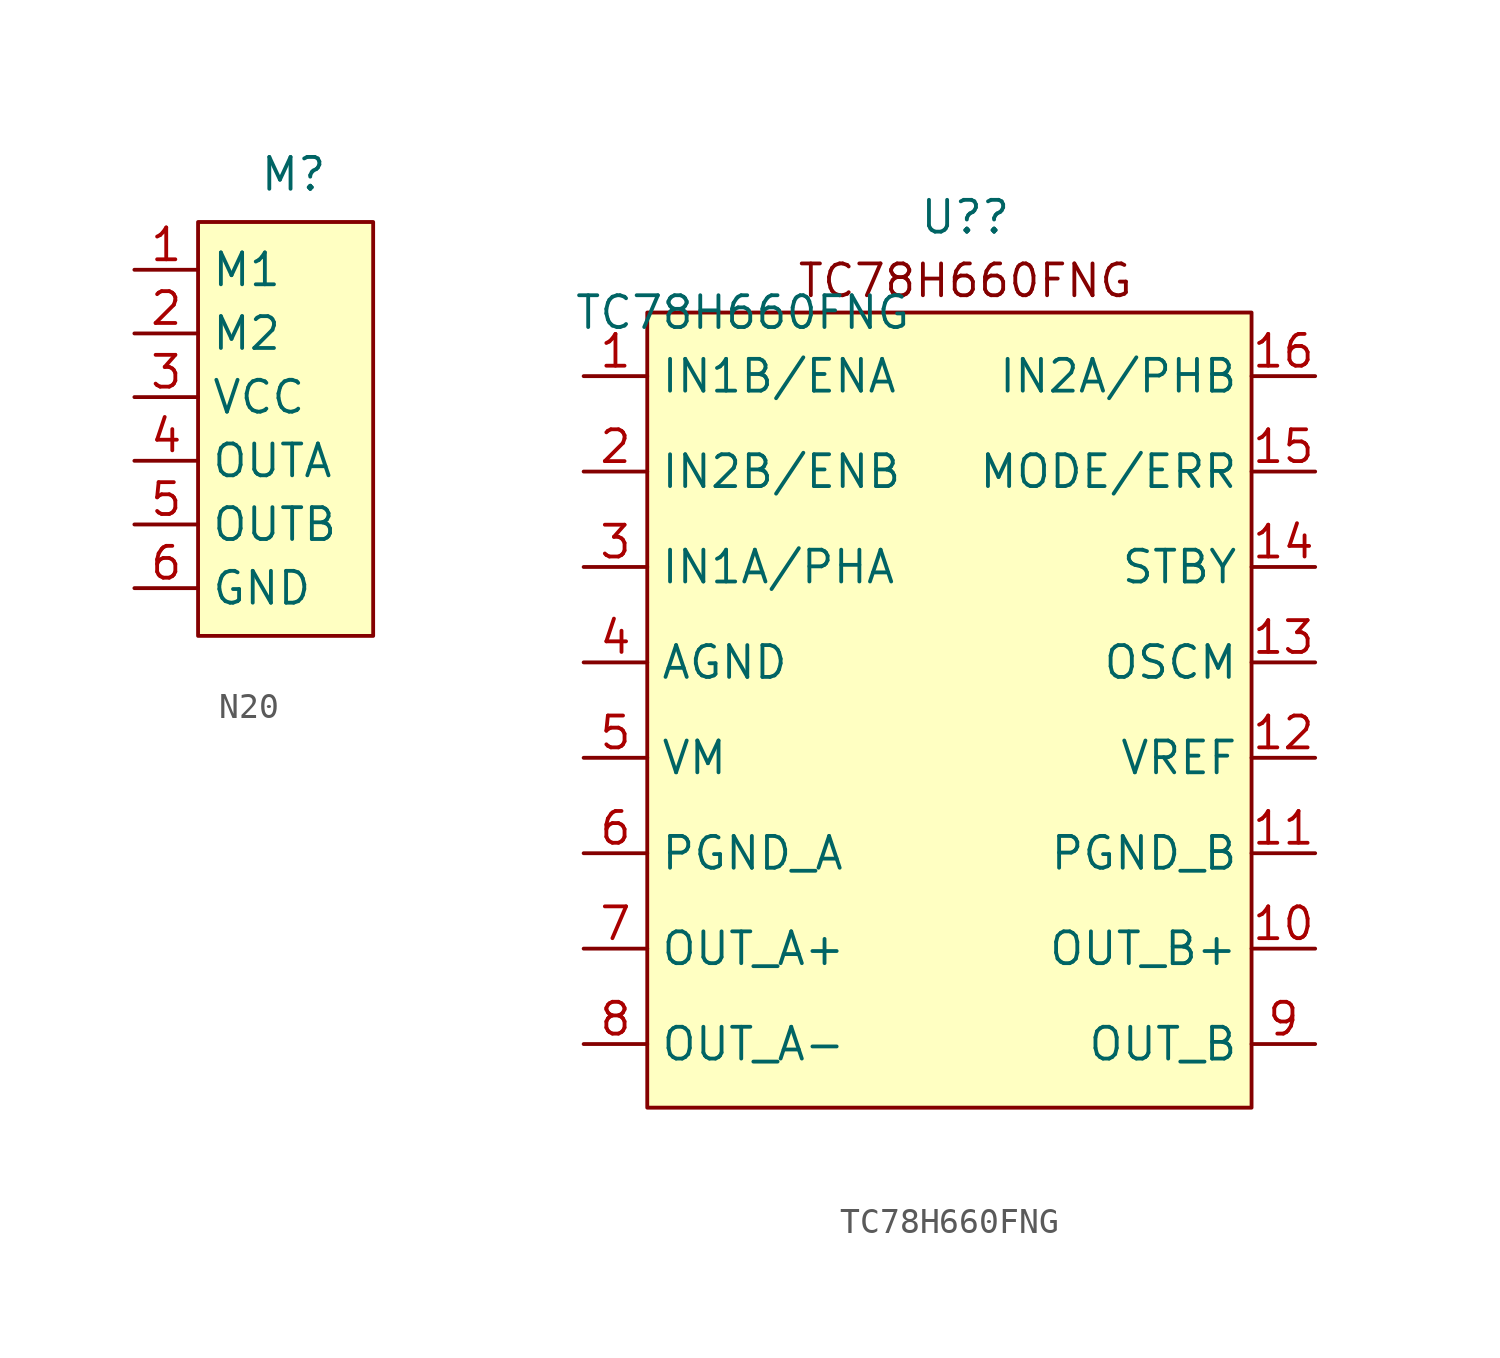
<source format=kicad_sym>
(kicad_symbol_lib
  (version 20220914)
  (generator kicad_symbol_editor)
  (symbol "N20"
    (property "Reference" "M"
      (at 0 0 0)
      (effects (font (size 1.27 1.27))))
    (property "Value" ""
      (at 0 0 0)
      (effects (font (size 1.27 1.27))))
    (symbol "N20_1_1"
      (rectangle (start -3.81 -1.905) (end 3.175 -18.415) (stroke (width 0) (type default)) (fill (type background)))
      (pin input line (at -6.35 -3.81 0) (length 2.54) (name "M1" (effects (font (size 1.27 1.27)))) (number "1" (effects (font (size 1.27 1.27)))))
      (pin input line (at -6.35 -6.35 0) (length 2.54) (name "M2" (effects (font (size 1.27 1.27)))) (number "2" (effects (font (size 1.27 1.27)))))
      (pin power_in line (at -6.35 -8.89 0) (length 2.54) (name "VCC" (effects (font (size 1.27 1.27)))) (number "3" (effects (font (size 1.27 1.27)))))
      (pin input line (at -6.35 -11.43 0) (length 2.54) (name "OUTA" (effects (font (size 1.27 1.27)))) (number "4" (effects (font (size 1.27 1.27)))))
      (pin input line (at -6.35 -13.97 0) (length 2.54) (name "OUTB" (effects (font (size 1.27 1.27)))) (number "5" (effects (font (size 1.27 1.27)))))
      (pin power_in line (at -6.35 -16.51 0) (length 2.54) (name "GND" (effects (font (size 1.27 1.27)))) (number "6" (effects (font (size 1.27 1.27)))))))
  (symbol "TC78H660FNG"
    (property "Reference" "U?"
      (at 0 1.27 0)
      (effects (font (size 1.27 1.27))))
    (property "Value" "TC78H660FNG"
      (at -8.89 -2.54 0)
      (effects (font (size 1.27 1.27))))
    (symbol "TC78H660FNG_1_1"
      (rectangle (start -12.7 -2.54) (end 11.43 -34.29) (stroke (width 0) (type default)) (fill (type background)))
      (text "TC78H660FNG" (at 0 -1.27 0) (effects (font (size 1.27 1.27))))
      (pin input line (at -15.24 -5.08 0) (length 2.54) (name "IN1B/ENA" (effects (font (size 1.27 1.27)))) (number "1" (effects (font (size 1.27 1.27)))))
      (pin output line (at 13.97 -27.94 180) (length 2.54) (name "OUT_B+" (effects (font (size 1.27 1.27)))) (number "10" (effects (font (size 1.27 1.27)))))
      (pin power_in line (at 13.97 -24.13 180) (length 2.54) (name "PGND_B" (effects (font (size 1.27 1.27)))) (number "11" (effects (font (size 1.27 1.27)))))
      (pin input line (at 13.97 -20.32 180) (length 2.54) (name "VREF" (effects (font (size 1.27 1.27)))) (number "12" (effects (font (size 1.27 1.27)))))
      (pin input line (at 13.97 -16.51 180) (length 2.54) (name "OSCM" (effects (font (size 1.27 1.27)))) (number "13" (effects (font (size 1.27 1.27)))))
      (pin input line (at 13.97 -12.7 180) (length 2.54) (name "STBY" (effects (font (size 1.27 1.27)))) (number "14" (effects (font (size 1.27 1.27)))))
      (pin input line (at 13.97 -8.89 180) (length 2.54) (name "MODE/ERR" (effects (font (size 1.27 1.27)))) (number "15" (effects (font (size 1.27 1.27)))))
      (pin input line (at 13.97 -5.08 180) (length 2.54) (name "IN2A/PHB" (effects (font (size 1.27 1.27)))) (number "16" (effects (font (size 1.27 1.27)))))
      (pin input line (at -15.24 -8.89 0) (length 2.54) (name "IN2B/ENB" (effects (font (size 1.27 1.27)))) (number "2" (effects (font (size 1.27 1.27)))))
      (pin input line (at -15.24 -12.7 0) (length 2.54) (name "IN1A/PHA" (effects (font (size 1.27 1.27)))) (number "3" (effects (font (size 1.27 1.27)))))
      (pin power_in line (at -15.24 -16.51 0) (length 2.54) (name "AGND" (effects (font (size 1.27 1.27)))) (number "4" (effects (font (size 1.27 1.27)))))
      (pin power_in line (at -15.24 -20.32 0) (length 2.54) (name "VM" (effects (font (size 1.27 1.27)))) (number "5" (effects (font (size 1.27 1.27)))))
      (pin power_in line (at -15.24 -24.13 0) (length 2.54) (name "PGND_A" (effects (font (size 1.27 1.27)))) (number "6" (effects (font (size 1.27 1.27)))))
      (pin output line (at -15.24 -27.94 0) (length 2.54) (name "OUT_A+" (effects (font (size 1.27 1.27)))) (number "7" (effects (font (size 1.27 1.27)))))
      (pin output line (at -15.24 -31.75 0) (length 2.54) (name "OUT_A-" (effects (font (size 1.27 1.27)))) (number "8" (effects (font (size 1.27 1.27)))))
      (pin output line (at 13.97 -31.75 180) (length 2.54) (name "OUT_B" (effects (font (size 1.27 1.27)))) (number "9" (effects (font (size 1.27 1.27))))))))
</source>
